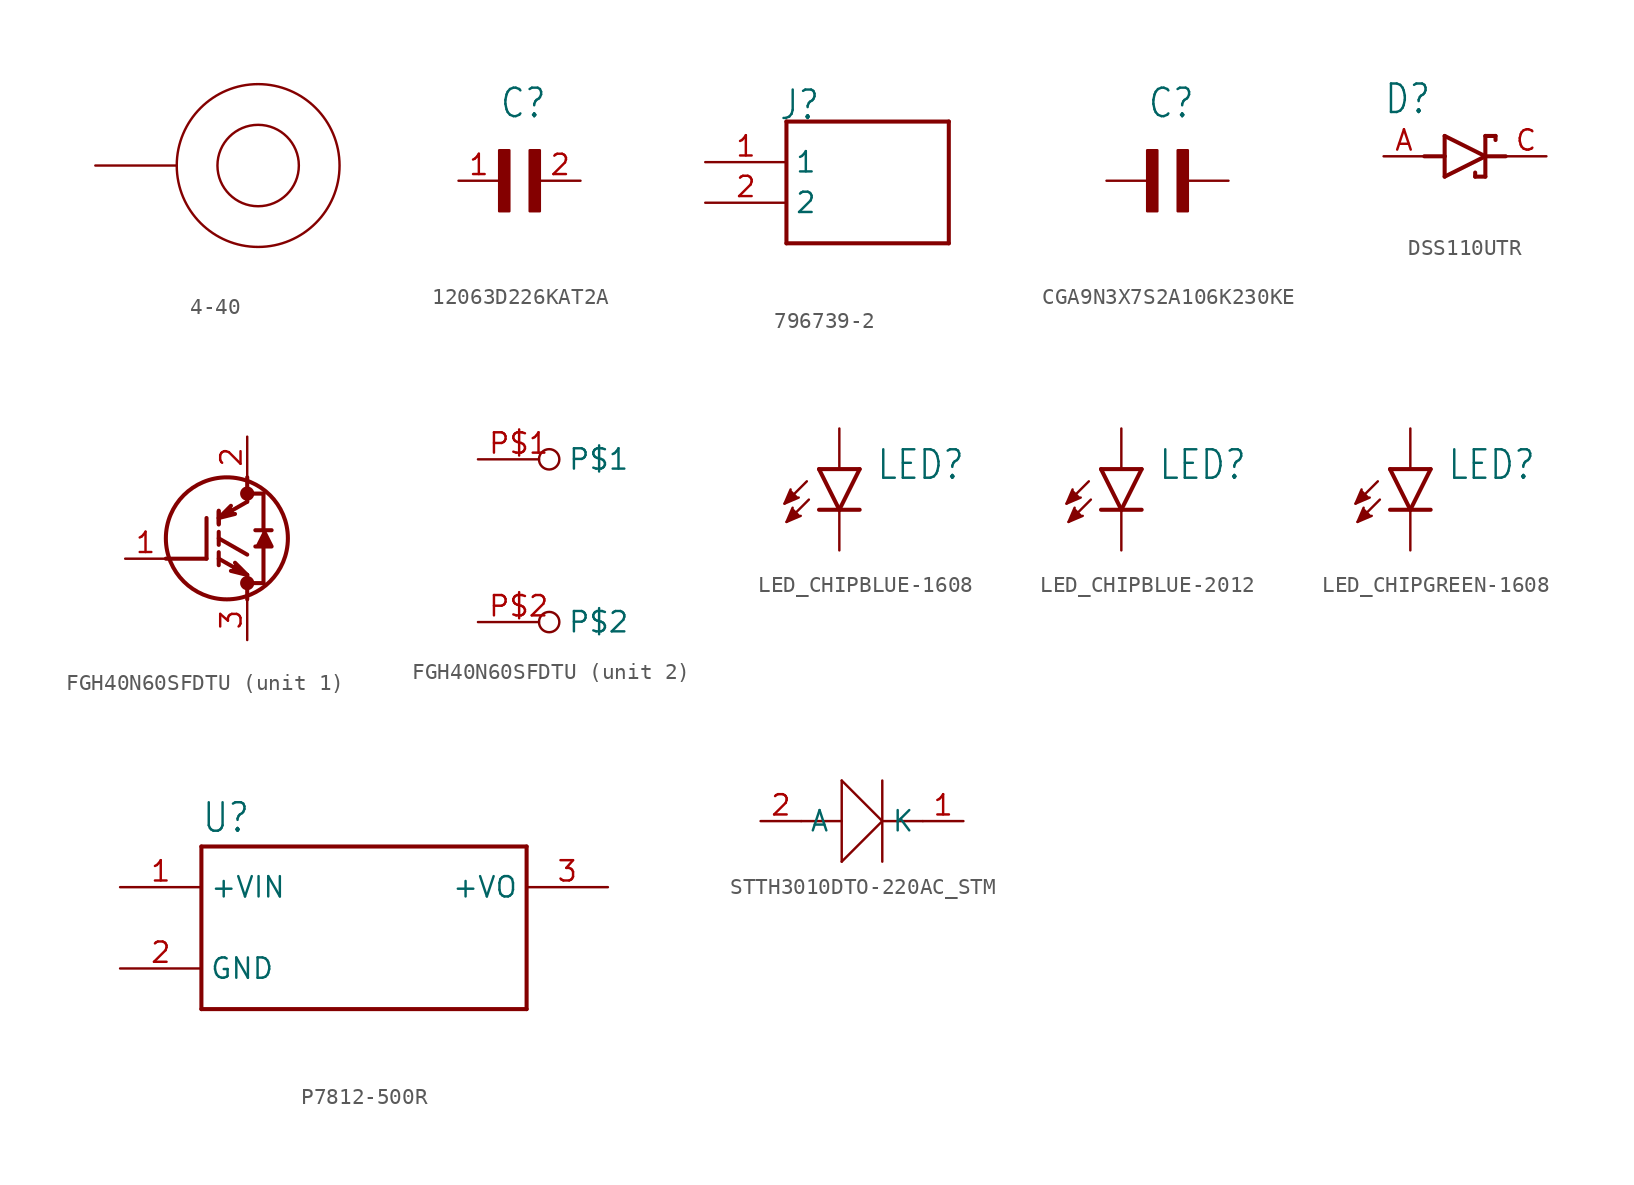
<source format=kicad_sym>
(kicad_symbol_lib
  (version 20220914)
  (generator kicad_symbol_editor)
  (symbol "4-40"
    (property "Reference" ""
      (at 0 6.35 0)
      (effects (font (size 1.778 1.511)) hide))
    (property "Value" ""
      (at 0 -6.35 0)
      (effects (font (size 1.778 1.511))))
    (property "ki_locked" ""
      (at 0 0 0)
      (effects (font (size 1.27 1.27))))
    (symbol "4-40_1_0"
      (circle (center 0 0) (radius 2.54) (stroke (width 0.152) (type solid)) (fill (type none)))
      (circle (center 0 0) (radius 5.08) (stroke (width 0.152) (type solid)) (fill (type none)))
      (pin passive line (at -10.16 0 0) (length 5.08) (name "MNT$1" (effects (font (size 0 0)))) (number "P$1" (effects (font (size 0 0)))))))
  (symbol "12063D226KAT2A"
    (property "Reference" "C"
      (at 0 3.811 0)
      (effects (font (size 1.778 1.512)) (justify left bottom)))
    (property "Value" ""
      (at 0 -5.088 0)
      (effects (font (size 1.781 1.514)) (justify left bottom)))
    (property "ki_locked" ""
      (at 0 0 0)
      (effects (font (size 1.27 1.27))))
    (symbol "12063D226KAT2A_1_0"
      (rectangle (start 0 -1.907) (end 0.635 1.905) (stroke (width 0) (type default)) (fill (type outline)))
      (rectangle (start 1.907 -1.907) (end 2.54 1.905) (stroke (width 0) (type default)) (fill (type outline)))
      (pin passive line (at -2.54 0 0) (length 2.54) (name "1" (effects (font (size 0 0)))) (number "1" (effects (font (size 1.27 1.27)))))
      (pin passive line (at 5.08 0 180) (length 2.54) (name "2" (effects (font (size 0 0)))) (number "2" (effects (font (size 1.27 1.27)))))))
  (symbol "796739-2"
    (property "Reference" "J"
      (at -5.58 5.08 0)
      (effects (font (size 1.778 1.511)) (justify left bottom)))
    (property "Value" ""
      (at -5.08 -5.08 0)
      (effects (font (size 1.778 1.511)) (justify left bottom)))
    (property "ki_locked" ""
      (at 0 0 0)
      (effects (font (size 1.27 1.27))))
    (symbol "796739-2_1_0"
      (polyline (pts (xy -5.08 -2.54) (xy -5.08 5.08)) (stroke (width 0.254) (type solid)) (fill (type none)))
      (polyline (pts (xy -5.08 5.08) (xy 5.08 5.08)) (stroke (width 0.254) (type solid)) (fill (type none)))
      (polyline (pts (xy 5.08 -2.54) (xy -5.08 -2.54)) (stroke (width 0.254) (type solid)) (fill (type none)))
      (polyline (pts (xy 5.08 5.08) (xy 5.08 -2.54)) (stroke (width 0.254) (type solid)) (fill (type none)))
      (pin passive line (at -10.16 2.54 0) (length 5.08) (name "1" (effects (font (size 1.27 1.27)))) (number "1" (effects (font (size 1.27 1.27)))))
      (pin passive line (at -10.16 0 0) (length 5.08) (name "2" (effects (font (size 1.27 1.27)))) (number "2" (effects (font (size 1.27 1.27)))))))
  (symbol "CGA9N3X7S2A106K230KE"
    (property "Reference" "C"
      (at 0 3.81 0)
      (effects (font (size 1.778 1.511)) (justify left bottom)))
    (property "Value" ""
      (at 0 -5.088 0)
      (effects (font (size 1.778 1.511)) (justify left bottom)))
    (property "ki_locked" ""
      (at 0 0 0)
      (effects (font (size 1.27 1.27))))
    (symbol "CGA9N3X7S2A106K230KE_1_0"
      (rectangle (start 0 -1.907) (end 0.635 1.905) (stroke (width 0) (type default)) (fill (type outline)))
      (rectangle (start 1.907 -1.907) (end 2.54 1.905) (stroke (width 0) (type default)) (fill (type outline)))
      (pin passive line (at -2.54 0 0) (length 2.54) (name "1" (effects (font (size 0 0)))) (number "1" (effects (font (size 0 0)))))
      (pin passive line (at 5.08 0 180) (length 2.54) (name "2" (effects (font (size 0 0)))) (number "2" (effects (font (size 0 0)))))))
  (symbol "DSS110UTR"
    (property "Reference" "D"
      (at -5.08 2.54 0)
      (effects (font (size 1.778 1.511)) (justify left bottom)))
    (property "Value" ""
      (at -5.08 -3.81 0)
      (effects (font (size 1.778 1.511)) (justify left bottom)))
    (property "ki_locked" ""
      (at 0 0 0)
      (effects (font (size 1.27 1.27))))
    (symbol "DSS110UTR_1_0"
      (polyline (pts (xy -2.54 0) (xy -1.27 0)) (stroke (width 0.254) (type solid)) (fill (type none)))
      (polyline (pts (xy -1.27 -1.27) (xy 1.27 0)) (stroke (width 0.254) (type solid)) (fill (type none)))
      (polyline (pts (xy -1.27 0) (xy -1.27 -1.27)) (stroke (width 0.254) (type solid)) (fill (type none)))
      (polyline (pts (xy -1.27 1.27) (xy -1.27 0)) (stroke (width 0.254) (type solid)) (fill (type none)))
      (polyline (pts (xy 0.635 -1.016) (xy 0.635 -1.27)) (stroke (width 0.254) (type solid)) (fill (type none)))
      (polyline (pts (xy 1.27 -1.27) (xy 0.635 -1.27)) (stroke (width 0.254) (type solid)) (fill (type none)))
      (polyline (pts (xy 1.27 0) (xy -1.27 1.27)) (stroke (width 0.254) (type solid)) (fill (type none)))
      (polyline (pts (xy 1.27 0) (xy 1.27 -1.27)) (stroke (width 0.254) (type solid)) (fill (type none)))
      (polyline (pts (xy 1.27 1.27) (xy 1.27 0)) (stroke (width 0.254) (type solid)) (fill (type none)))
      (polyline (pts (xy 1.905 1.27) (xy 1.27 1.27)) (stroke (width 0.254) (type solid)) (fill (type none)))
      (polyline (pts (xy 1.905 1.27) (xy 1.905 1.016)) (stroke (width 0.254) (type solid)) (fill (type none)))
      (polyline (pts (xy 2.54 0) (xy 1.27 0)) (stroke (width 0.254) (type solid)) (fill (type none)))
      (pin passive line (at -5.08 0 0) (length 2.54) (name "A" (effects (font (size 0 0)))) (number "A" (effects (font (size 1.27 1.27)))))
      (pin passive line (at 5.08 0 180) (length 2.54) (name "K" (effects (font (size 0 0)))) (number "C" (effects (font (size 1.27 1.27)))))))
  (symbol "FGH40N60SFDTU"
    (property "Reference" "Q"
      (at 11.43 2.54 0)
      (effects (font (size 1.778 1.511)) (justify left) hide))
    (property "ki_locked" ""
      (at 0 0 0)
      (effects (font (size 1.27 1.27))))
    (symbol "FGH40N60SFDTU_1_0"
      (polyline (pts (xy 2.54 0) (xy 5.08 0)) (stroke (width 0.254) (type solid)) (fill (type none)))
      (polyline (pts (xy 5.08 2.54) (xy 5.08 0)) (stroke (width 0.254) (type solid)) (fill (type none)))
      (polyline (pts (xy 5.842 -0.406) (xy 5.842 0.406)) (stroke (width 0.254) (type solid)) (fill (type none)))
      (polyline (pts (xy 5.842 0) (xy 7.62 -1.016)) (stroke (width 0.254) (type solid)) (fill (type none)))
      (polyline (pts (xy 5.842 0.864) (xy 5.842 1.676)) (stroke (width 0.254) (type solid)) (fill (type none)))
      (polyline (pts (xy 5.842 1.27) (xy 7.62 0.254)) (stroke (width 0.254) (type solid)) (fill (type none)))
      (polyline (pts (xy 5.842 2.134) (xy 5.842 2.946)) (stroke (width 0.254) (type solid)) (fill (type none)))
      (polyline (pts (xy 5.842 2.184) (xy 5.842 2.997)) (stroke (width 0.254) (type solid)) (fill (type none)))
      (polyline (pts (xy 7.62 -1.524) (xy 8.636 -1.524)) (stroke (width 0.254) (type solid)) (fill (type none)))
      (polyline (pts (xy 7.62 -1.016) (xy 7.62 -2.54)) (stroke (width 0.254) (type solid)) (fill (type none)))
      (polyline (pts (xy 7.62 3.556) (xy 5.842 2.54)) (stroke (width 0.254) (type solid)) (fill (type none)))
      (polyline (pts (xy 7.62 3.556) (xy 7.62 5.08)) (stroke (width 0.254) (type solid)) (fill (type none)))
      (polyline (pts (xy 7.62 4.064) (xy 8.636 4.064)) (stroke (width 0.254) (type solid)) (fill (type none)))
      (polyline (pts (xy 8.128 1.778) (xy 9.144 1.778)) (stroke (width 0.254) (type solid)) (fill (type none)))
      (polyline (pts (xy 8.636 0.762) (xy 8.636 -1.524)) (stroke (width 0.254) (type solid)) (fill (type none)))
      (polyline (pts (xy 8.636 1.778) (xy 8.636 4.064)) (stroke (width 0.254) (type solid)) (fill (type none)))
      (polyline (pts (xy 6.604 -0.762) (xy 7.62 -1.016) (xy 6.858 -0.254)) (stroke (width 0.254) (type solid)) (fill (type outline)))
      (polyline (pts (xy 6.604 3.302) (xy 5.842 2.54) (xy 6.858 2.794)) (stroke (width 0.254) (type solid)) (fill (type outline)))
      (polyline (pts (xy 8.128 0.762) (xy 9.144 0.762) (xy 8.636 1.778)) (stroke (width 0.254) (type solid)) (fill (type outline)))
      (circle (center 6.35 1.27) (radius 3.81) (stroke (width 0.254) (type solid)) (fill (type none)))
      (circle (center 7.62 -1.524) (radius 0.254) (stroke (width 0.381) (type solid)) (fill (type none)))
      (circle (center 7.62 4.064) (radius 0.254) (stroke (width 0.381) (type solid)) (fill (type none)))
      (pin bidirectional line (at 0 0 0) (length 2.54) (name "G" (effects (font (size 0 0)))) (number "1" (effects (font (size 1.27 1.27)))))
      (pin bidirectional line (at 7.62 7.62 270) (length 2.54) (name "C" (effects (font (size 0 0)))) (number "2" (effects (font (size 1.27 1.27)))))
      (pin bidirectional line (at 7.62 -5.08 90) (length 2.54) (name "E" (effects (font (size 0 0)))) (number "3" (effects (font (size 1.27 1.27))))))
    (symbol "FGH40N60SFDTU_2_0"
      (pin power_in inverted (at -2.54 5.08 0) (length 5.08) (name "P$1" (effects (font (size 1.27 1.27)))) (number "P$1" (effects (font (size 1.27 1.27)))))
      (pin power_in inverted (at -2.54 -5.08 0) (length 5.08) (name "P$2" (effects (font (size 1.27 1.27)))) (number "P$2" (effects (font (size 1.27 1.27)))))))
  (symbol "LED_CHIPBLUE-1608"
    (property "Reference" "LED"
      (at 2.286 -0.762 0)
      (effects (font (size 1.778 1.511)) (justify left bottom)))
    (property "Value" ""
      (at 1.905 -3.302 0)
      (effects (font (size 1.778 1.511)) (justify left bottom)))
    (property "ki_locked" ""
      (at 0 0 0)
      (effects (font (size 1.27 1.27))))
    (symbol "LED_CHIPBLUE-1608_1_0"
      (polyline (pts (xy -2.032 -0.762) (xy -3.429 -2.159)) (stroke (width 0.152) (type solid)) (fill (type none)))
      (polyline (pts (xy -1.905 -1.905) (xy -3.302 -3.302)) (stroke (width 0.152) (type solid)) (fill (type none)))
      (polyline (pts (xy 0 -2.54) (xy -1.27 -2.54)) (stroke (width 0.254) (type solid)) (fill (type none)))
      (polyline (pts (xy 0 -2.54) (xy -1.27 0)) (stroke (width 0.254) (type solid)) (fill (type none)))
      (polyline (pts (xy 1.27 -2.54) (xy 0 -2.54)) (stroke (width 0.254) (type solid)) (fill (type none)))
      (polyline (pts (xy 1.27 0) (xy -1.27 0)) (stroke (width 0.254) (type solid)) (fill (type none)))
      (polyline (pts (xy 1.27 0) (xy 0 -2.54)) (stroke (width 0.254) (type solid)) (fill (type none)))
      (polyline (pts (xy -3.048 -1.27) (xy -3.429 -2.159) (xy -2.54 -1.778)) (stroke (width 0.152) (type solid)) (fill (type outline)))
      (polyline (pts (xy -2.921 -2.413) (xy -3.302 -3.302) (xy -2.413 -2.921)) (stroke (width 0.152) (type solid)) (fill (type outline)))
      (pin passive line (at 0 -5.08 90) (length 2.54) (name "C" (effects (font (size 0 0)))) (number "1" (effects (font (size 0 0)))))
      (pin passive line (at 0 2.54 270) (length 2.54) (name "A" (effects (font (size 0 0)))) (number "2" (effects (font (size 0 0)))))))
  (symbol "LED_CHIPBLUE-2012"
    (property "Reference" "LED"
      (at 2.286 -0.762 0)
      (effects (font (size 1.778 1.511)) (justify left bottom)))
    (property "Value" ""
      (at 1.905 -3.302 0)
      (effects (font (size 1.778 1.511)) (justify left bottom)))
    (property "ki_locked" ""
      (at 0 0 0)
      (effects (font (size 1.27 1.27))))
    (symbol "LED_CHIPBLUE-2012_1_0"
      (polyline (pts (xy -2.032 -0.762) (xy -3.429 -2.159)) (stroke (width 0.152) (type solid)) (fill (type none)))
      (polyline (pts (xy -1.905 -1.905) (xy -3.302 -3.302)) (stroke (width 0.152) (type solid)) (fill (type none)))
      (polyline (pts (xy 0 -2.54) (xy -1.27 -2.54)) (stroke (width 0.254) (type solid)) (fill (type none)))
      (polyline (pts (xy 0 -2.54) (xy -1.27 0)) (stroke (width 0.254) (type solid)) (fill (type none)))
      (polyline (pts (xy 1.27 -2.54) (xy 0 -2.54)) (stroke (width 0.254) (type solid)) (fill (type none)))
      (polyline (pts (xy 1.27 0) (xy -1.27 0)) (stroke (width 0.254) (type solid)) (fill (type none)))
      (polyline (pts (xy 1.27 0) (xy 0 -2.54)) (stroke (width 0.254) (type solid)) (fill (type none)))
      (polyline (pts (xy -3.048 -1.27) (xy -3.429 -2.159) (xy -2.54 -1.778)) (stroke (width 0.152) (type solid)) (fill (type outline)))
      (polyline (pts (xy -2.921 -2.413) (xy -3.302 -3.302) (xy -2.413 -2.921)) (stroke (width 0.152) (type solid)) (fill (type outline)))
      (pin passive line (at 0 -5.08 90) (length 2.54) (name "C" (effects (font (size 0 0)))) (number "1" (effects (font (size 0 0)))))
      (pin passive line (at 0 2.54 270) (length 2.54) (name "A" (effects (font (size 0 0)))) (number "2" (effects (font (size 0 0)))))))
  (symbol "LED_CHIPGREEN-1608"
    (property "Reference" "LED"
      (at 2.286 -0.762 0)
      (effects (font (size 1.778 1.511)) (justify left bottom)))
    (property "Value" ""
      (at 1.905 -3.302 0)
      (effects (font (size 1.778 1.511)) (justify left bottom)))
    (property "ki_locked" ""
      (at 0 0 0)
      (effects (font (size 1.27 1.27))))
    (symbol "LED_CHIPGREEN-1608_1_0"
      (polyline (pts (xy -2.032 -0.762) (xy -3.429 -2.159)) (stroke (width 0.152) (type solid)) (fill (type none)))
      (polyline (pts (xy -1.905 -1.905) (xy -3.302 -3.302)) (stroke (width 0.152) (type solid)) (fill (type none)))
      (polyline (pts (xy 0 -2.54) (xy -1.27 -2.54)) (stroke (width 0.254) (type solid)) (fill (type none)))
      (polyline (pts (xy 0 -2.54) (xy -1.27 0)) (stroke (width 0.254) (type solid)) (fill (type none)))
      (polyline (pts (xy 1.27 -2.54) (xy 0 -2.54)) (stroke (width 0.254) (type solid)) (fill (type none)))
      (polyline (pts (xy 1.27 0) (xy -1.27 0)) (stroke (width 0.254) (type solid)) (fill (type none)))
      (polyline (pts (xy 1.27 0) (xy 0 -2.54)) (stroke (width 0.254) (type solid)) (fill (type none)))
      (polyline (pts (xy -3.048 -1.27) (xy -3.429 -2.159) (xy -2.54 -1.778)) (stroke (width 0.152) (type solid)) (fill (type outline)))
      (polyline (pts (xy -2.921 -2.413) (xy -3.302 -3.302) (xy -2.413 -2.921)) (stroke (width 0.152) (type solid)) (fill (type outline)))
      (pin passive line (at 0 -5.08 90) (length 2.54) (name "C" (effects (font (size 0 0)))) (number "1" (effects (font (size 0 0)))))
      (pin passive line (at 0 2.54 270) (length 2.54) (name "A" (effects (font (size 0 0)))) (number "2" (effects (font (size 0 0)))))))
  (symbol "P7812-500R"
    (property "Reference" "U"
      (at -10.16 5.842 0)
      (effects (font (size 1.778 1.511)) (justify left bottom)))
    (property "Value" ""
      (at -10.414 -7.874 0)
      (effects (font (size 1.778 1.511)) (justify left bottom)))
    (property "ki_locked" ""
      (at 0 0 0)
      (effects (font (size 1.27 1.27))))
    (symbol "P7812-500R_1_0"
      (polyline (pts (xy -10.16 5.08) (xy -10.16 -5.08)) (stroke (width 0.254) (type solid)) (fill (type none)))
      (polyline (pts (xy -10.16 5.08) (xy 10.16 5.08)) (stroke (width 0.254) (type solid)) (fill (type none)))
      (polyline (pts (xy 10.16 -5.08) (xy -10.16 -5.08)) (stroke (width 0.254) (type solid)) (fill (type none)))
      (polyline (pts (xy 10.16 -5.08) (xy 10.16 5.08)) (stroke (width 0.254) (type solid)) (fill (type none)))
      (pin input line (at -15.24 2.54 0) (length 5.08) (name "+VIN" (effects (font (size 1.27 1.27)))) (number "1" (effects (font (size 1.27 1.27)))))
      (pin power_in line (at -15.24 -2.54 0) (length 5.08) (name "GND" (effects (font (size 1.27 1.27)))) (number "2" (effects (font (size 1.27 1.27)))))
      (pin output line (at 15.24 2.54 180) (length 5.08) (name "+VO" (effects (font (size 1.27 1.27)))) (number "3" (effects (font (size 1.27 1.27)))))))
  (symbol "STTH3010DTO-220AC_STM"
    (property "Reference" "U"
      (at 1.625 4.039 0)
      (effects (font (size 2.083 1.77)) (justify left bottom) hide))
    (property "ki_locked" ""
      (at 0 0 0)
      (effects (font (size 1.27 1.27))))
    (symbol "STTH3010DTO-220AC_STM_1_0"
      (polyline (pts (xy 2.54 0) (xy 5.08 0)) (stroke (width 0.152) (type solid)) (fill (type none)))
      (polyline (pts (xy 5.08 -2.54) (xy 7.62 0)) (stroke (width 0.152) (type solid)) (fill (type none)))
      (polyline (pts (xy 5.08 2.54) (xy 5.08 -2.54)) (stroke (width 0.152) (type solid)) (fill (type none)))
      (polyline (pts (xy 5.08 2.54) (xy 7.62 0)) (stroke (width 0.152) (type solid)) (fill (type none)))
      (polyline (pts (xy 7.62 2.54) (xy 7.62 -2.54)) (stroke (width 0.152) (type solid)) (fill (type none)))
      (polyline (pts (xy 10.16 0) (xy 7.62 0)) (stroke (width 0.152) (type solid)) (fill (type none)))
      (pin passive line (at 12.7 0 180) (length 2.54) (name "K" (effects (font (size 1.27 1.27)))) (number "1" (effects (font (size 1.27 1.27)))))
      (pin passive line (at 0 0 0) (length 2.54) (name "A" (effects (font (size 1.27 1.27)))) (number "2" (effects (font (size 1.27 1.27))))))))
</source>
